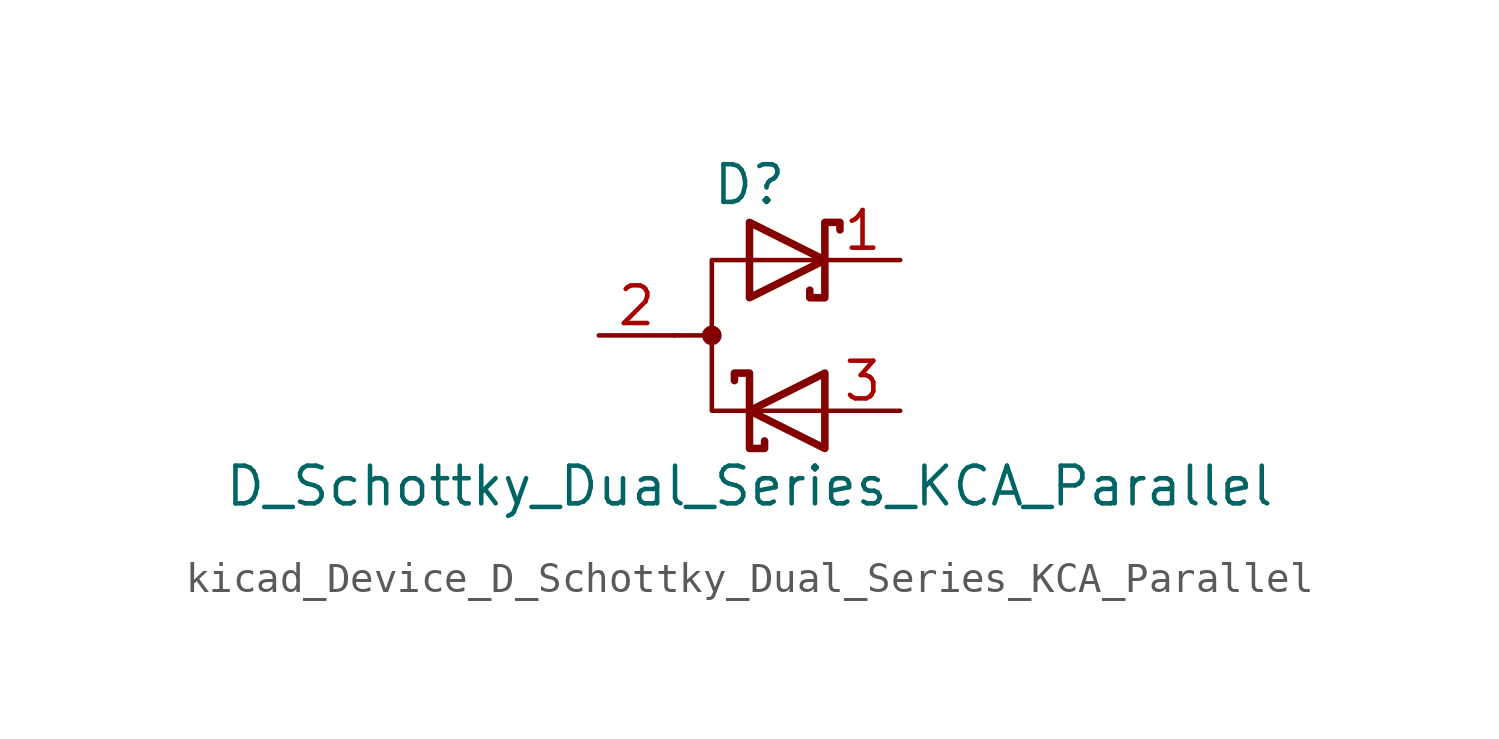
<source format=kicad_sym>
(kicad_symbol_lib
  (version 20220914)
  (generator kicad_symbol_editor)
  (symbol "kicad_Device_D_Schottky_Dual_Series_KCA_Parallel"
    (pin_names
      (offset 0.762) hide)
    (property "Reference" "D"
      (at 0 5.08 0)
      (effects (font (size 1.27 1.27))))
    (property "Value" "D_Schottky_Dual_Series_KCA_Parallel"
      (at 0 -5.08 0)
      (effects (font (size 1.27 1.27))))
    (symbol "kicad_Device_D_Schottky_Dual_Series_KCA_Parallel_0_1"
      (circle (center -1.27 0) (radius 0.254) (stroke (width 0) (type default)) (fill (type outline)))
      (polyline (pts (xy -1.27 0) (xy -2.54 0)) (stroke (width 0) (type default)) (fill (type none)))
      (polyline (pts (xy 2.54 2.54) (xy -1.27 2.54) (xy -1.27 -2.54) (xy 2.54 -2.54)) (stroke (width 0) (type default)) (fill (type none)))
      (polyline (pts (xy -0.508 -1.524) (xy -0.508 -1.27) (xy 0 -1.27) (xy 0 -3.81) (xy 0.508 -3.81) (xy 0.508 -3.556)) (stroke (width 0.254) (type default)) (fill (type none)))
      (polyline (pts (xy 0 3.81) (xy 2.54 2.54) (xy 0 1.27) (xy 0 3.81) (xy 0 3.81) (xy 0 3.81)) (stroke (width 0.254) (type default)) (fill (type none)))
      (polyline (pts (xy 2.54 -1.27) (xy 0 -2.54) (xy 2.54 -3.81) (xy 2.54 -1.27) (xy 2.54 -1.27) (xy 2.54 -1.27)) (stroke (width 0.254) (type default)) (fill (type none)))
      (polyline (pts (xy 3.048 3.556) (xy 3.048 3.81) (xy 2.54 3.81) (xy 2.54 1.27) (xy 2.032 1.27) (xy 2.032 1.524)) (stroke (width 0.254) (type default)) (fill (type none)))
      (pin passive line (at 5.08 2.54 180) (length 2.54) (name "K" (effects (font (size 1.27 1.27)))) (number "1" (effects (font (size 1.27 1.27)))))
      (pin passive line (at -5.08 0 0) (length 2.54) (name "A" (effects (font (size 1.27 1.27)))) (number "2" (effects (font (size 1.27 1.27)))))
      (pin passive line (at 5.08 -2.54 180) (length 2.54) (name "K" (effects (font (size 1.27 1.27)))) (number "3" (effects (font (size 1.27 1.27))))))))
</source>
